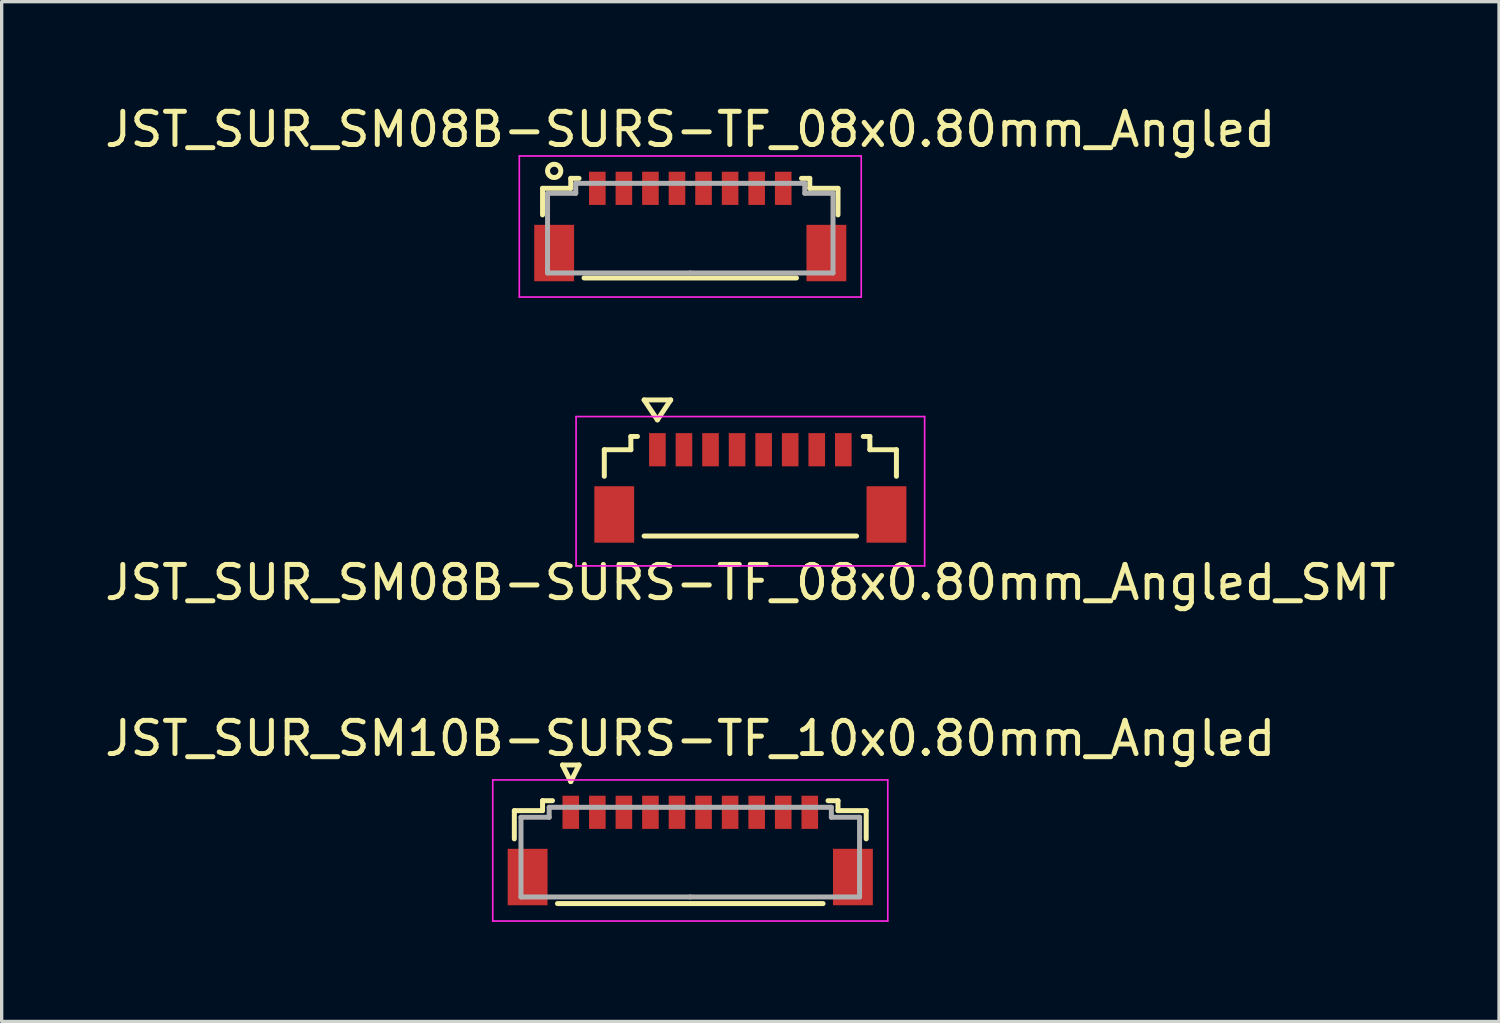
<source format=kicad_pcb>
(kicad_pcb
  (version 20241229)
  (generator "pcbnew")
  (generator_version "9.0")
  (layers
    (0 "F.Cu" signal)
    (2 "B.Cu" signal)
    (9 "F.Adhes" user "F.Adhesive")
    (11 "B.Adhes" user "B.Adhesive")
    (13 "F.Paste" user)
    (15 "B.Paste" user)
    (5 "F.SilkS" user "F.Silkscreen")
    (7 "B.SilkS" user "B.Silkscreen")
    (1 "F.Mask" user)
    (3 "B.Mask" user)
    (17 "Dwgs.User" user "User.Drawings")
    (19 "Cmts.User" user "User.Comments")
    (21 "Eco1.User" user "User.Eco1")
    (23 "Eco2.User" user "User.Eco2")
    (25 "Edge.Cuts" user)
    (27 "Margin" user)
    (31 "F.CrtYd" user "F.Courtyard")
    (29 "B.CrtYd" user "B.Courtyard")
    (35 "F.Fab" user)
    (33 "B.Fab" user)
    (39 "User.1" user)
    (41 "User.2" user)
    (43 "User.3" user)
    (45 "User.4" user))
  (footprint "JST_SUR_SM08B-SURS-TF_08x0.80mm_Angled"
    (layer "F.Cu")
    (at 17.744 3.598)
    (property "Reference" "JST_SUR_SM08B-SURS-TF_08x0.80mm_Angled" (at 0 -2.75 0) (layer "F.SilkS") (effects (font (size 1 1) (thickness 0.15))))
    (attr smd)
    (fp_line (start -4.45 -0.975) (end -4.45 -0.175) (stroke (width 0.15) (type solid)) (layer "F.SilkS"))
    (fp_line (start -3.6 -1.275) (end -3.6 -0.975) (stroke (width 0.15) (type solid)) (layer "F.SilkS"))
    (fp_line (start -3.6 -0.975) (end -4.45 -0.975) (stroke (width 0.15) (type solid)) (layer "F.SilkS"))
    (fp_line (start -3.35 -1.275) (end -3.6 -1.275) (stroke (width 0.15) (type solid)) (layer "F.SilkS"))
    (fp_line (start -3.2 1.725) (end 3.2 1.725) (stroke (width 0.15) (type solid)) (layer "F.SilkS"))
    (fp_line (start 3.35 -1.275) (end 3.6 -1.275) (stroke (width 0.15) (type solid)) (layer "F.SilkS"))
    (fp_line (start 3.6 -1.275) (end 3.6 -0.975) (stroke (width 0.15) (type solid)) (layer "F.SilkS"))
    (fp_line (start 3.6 -0.975) (end 4.45 -0.975) (stroke (width 0.15) (type solid)) (layer "F.SilkS"))
    (fp_line (start 4.45 -0.975) (end 4.45 -0.175) (stroke (width 0.15) (type solid)) (layer "F.SilkS"))
    (fp_circle (center -4.1 -1.5) (end -3.9 -1.5) (stroke (width 0.15) (type solid)) (fill no) (layer "F.SilkS"))
    (fp_line (start -5.15 -1.95) (end 5.15 -1.95) (stroke (width 0.05) (type solid)) (layer "F.CrtYd"))
    (fp_line (start -5.15 2.3) (end -5.15 -1.95) (stroke (width 0.05) (type solid)) (layer "F.CrtYd"))
    (fp_line (start 5.15 -1.95) (end 5.15 2.3) (stroke (width 0.05) (type solid)) (layer "F.CrtYd"))
    (fp_line (start 5.15 2.3) (end -5.15 2.3) (stroke (width 0.05) (type solid)) (layer "F.CrtYd"))
    (fp_line (start -4.3 -0.825) (end -4.3 1.575) (stroke (width 0.15) (type solid)) (layer "F.Fab"))
    (fp_line (start -4.3 1.575) (end 0 1.575) (stroke (width 0.15) (type solid)) (layer "F.Fab"))
    (fp_line (start -3.45 -1.125) (end -3.45 -0.825) (stroke (width 0.15) (type solid)) (layer "F.Fab"))
    (fp_line (start -3.45 -0.825) (end -4.3 -0.825) (stroke (width 0.15) (type solid)) (layer "F.Fab"))
    (fp_line (start 0 -1.125) (end -3.45 -1.125) (stroke (width 0.15) (type solid)) (layer "F.Fab"))
    (fp_line (start 0 -1.125) (end 3.45 -1.125) (stroke (width 0.15) (type solid)) (layer "F.Fab"))
    (fp_line (start 3.45 -1.125) (end 3.45 -0.825) (stroke (width 0.15) (type solid)) (layer "F.Fab"))
    (fp_line (start 3.45 -0.825) (end 4.3 -0.825) (stroke (width 0.15) (type solid)) (layer "F.Fab"))
    (fp_line (start 4.3 -0.825) (end 4.3 1.575) (stroke (width 0.15) (type solid)) (layer "F.Fab"))
    (fp_line (start 4.3 1.575) (end 0 1.575) (stroke (width 0.15) (type solid)) (layer "F.Fab"))
    (pad "" smd rect (at -4.1 0.975) (size 1.2 1.7) (layers "F.Cu" "F.Mask" "F.Paste"))
    (pad "" smd rect (at 4.1 0.975) (size 1.2 1.7) (layers "F.Cu" "F.Mask" "F.Paste"))
    (pad "1" smd rect (at -2.8 -0.975) (size 0.5 1) (layers "F.Cu" "F.Mask" "F.Paste"))
    (pad "2" smd rect (at -2 -0.975) (size 0.5 1) (layers "F.Cu" "F.Mask" "F.Paste"))
    (pad "3" smd rect (at -1.2 -0.975) (size 0.5 1) (layers "F.Cu" "F.Mask" "F.Paste"))
    (pad "4" smd rect (at -0.4 -0.975) (size 0.5 1) (layers "F.Cu" "F.Mask" "F.Paste"))
    (pad "5" smd rect (at 0.4 -0.975) (size 0.5 1) (layers "F.Cu" "F.Mask" "F.Paste"))
    (pad "6" smd rect (at 1.2 -0.975) (size 0.5 1) (layers "F.Cu" "F.Mask" "F.Paste"))
    (pad "7" smd rect (at 2 -0.975) (size 0.5 1) (layers "F.Cu" "F.Mask" "F.Paste"))
    (pad "8" smd rect (at 2.8 -0.975) (size 0.5 1) (layers "F.Cu" "F.Mask" "F.Paste")))
  (footprint "JST_SUR_SM08B-SURS-TF_08x0.80mm_Angled_SMT"
    (layer "F.Cu")
    (at 19.554 10.498)
    (property "Reference" "JST_SUR_SM08B-SURS-TF_08x0.80mm_Angled_SMT" (at 0 4 0) (layer "F.SilkS") (effects (font (size 1 1) (thickness 0.15))))
    (attr smd)
    (fp_line (start -4.4 0) (end -3.6 0) (stroke (width 0.15) (type solid)) (layer "F.SilkS"))
    (fp_line (start -4.4 0.8) (end -4.4 0) (stroke (width 0.15) (type solid)) (layer "F.SilkS"))
    (fp_line (start -3.6 0) (end -3.6 -0.4) (stroke (width 0.15) (type solid)) (layer "F.SilkS"))
    (fp_line (start -3.4 -0.4) (end -3.6 -0.4) (stroke (width 0.15) (type solid)) (layer "F.SilkS"))
    (fp_line (start -3.2 -1.5) (end -2.8 -0.9) (stroke (width 0.15) (type solid)) (layer "F.SilkS"))
    (fp_line (start -3.2 2.6) (end 3.2 2.6) (stroke (width 0.15) (type solid)) (layer "F.SilkS"))
    (fp_line (start -2.8 -0.9) (end -2.4 -1.5) (stroke (width 0.15) (type solid)) (layer "F.SilkS"))
    (fp_line (start -2.4 -1.5) (end -3.2 -1.5) (stroke (width 0.15) (type solid)) (layer "F.SilkS"))
    (fp_line (start 3.6 -0.4) (end 3.4 -0.4) (stroke (width 0.15) (type solid)) (layer "F.SilkS"))
    (fp_line (start 3.6 -0.4) (end 3.6 0) (stroke (width 0.15) (type solid)) (layer "F.SilkS"))
    (fp_line (start 3.6 0) (end 4.4 0) (stroke (width 0.15) (type solid)) (layer "F.SilkS"))
    (fp_line (start 4.4 0) (end 4.4 0.8) (stroke (width 0.15) (type solid)) (layer "F.SilkS"))
    (fp_line (start -5.25 -1) (end -5.25 3.5) (stroke (width 0.05) (type solid)) (layer "F.CrtYd"))
    (fp_line (start -5.25 3.5) (end 5.25 3.5) (stroke (width 0.05) (type solid)) (layer "F.CrtYd"))
    (fp_line (start 5.25 -1) (end -5.25 -1) (stroke (width 0.05) (type solid)) (layer "F.CrtYd"))
    (fp_line (start 5.25 3.5) (end 5.25 -1) (stroke (width 0.05) (type solid)) (layer "F.CrtYd"))
    (pad "" smd rect (at -4.1 1.95) (size 1.2 1.7) (layers "F.Cu" "F.Mask" "F.Paste"))
    (pad "" smd rect (at 4.1 1.95) (size 1.2 1.7) (layers "F.Cu" "F.Mask" "F.Paste"))
    (pad "1" smd rect (at -2.8 0) (size 0.5 1) (layers "F.Cu" "F.Mask" "F.Paste"))
    (pad "2" smd rect (at -2 0) (size 0.5 1) (layers "F.Cu" "F.Mask" "F.Paste"))
    (pad "3" smd rect (at -1.2 0) (size 0.5 1) (layers "F.Cu" "F.Mask" "F.Paste"))
    (pad "4" smd rect (at -0.4 0) (size 0.5 1) (layers "F.Cu" "F.Mask" "F.Paste"))
    (pad "5" smd rect (at 0.4 0) (size 0.5 1) (layers "F.Cu" "F.Mask" "F.Paste"))
    (pad "6" smd rect (at 1.2 0) (size 0.5 1) (layers "F.Cu" "F.Mask" "F.Paste"))
    (pad "7" smd rect (at 2 0) (size 0.5 1) (layers "F.Cu" "F.Mask" "F.Paste"))
    (pad "8" smd rect (at 2.8 0) (size 0.5 1) (layers "F.Cu" "F.Mask" "F.Paste")))
  (footprint "JST_SUR_SM10B-SURS-TF_10x0.80mm_Angled"
    (layer "F.Cu")
    (at 17.744 22.395)
    (property "Reference" "JST_SUR_SM10B-SURS-TF_10x0.80mm_Angled" (at 0 -3.2 0) (layer "F.SilkS") (effects (font (size 1 1) (thickness 0.15))))
    (attr smd)
    (fp_line (start -5.3 -1.025) (end -5.3 -0.175) (stroke (width 0.15) (type solid)) (layer "F.SilkS"))
    (fp_line (start -4.45 -1.325) (end -4.45 -1.025) (stroke (width 0.15) (type solid)) (layer "F.SilkS"))
    (fp_line (start -4.45 -1.025) (end -5.3 -1.025) (stroke (width 0.15) (type solid)) (layer "F.SilkS"))
    (fp_line (start -4.15 -1.325) (end -4.45 -1.325) (stroke (width 0.15) (type solid)) (layer "F.SilkS"))
    (fp_line (start -4 1.775) (end 4 1.775) (stroke (width 0.15) (type solid)) (layer "F.SilkS"))
    (fp_line (start -3.85 -2.4) (end -3.35 -2.4) (stroke (width 0.15) (type solid)) (layer "F.SilkS"))
    (fp_line (start -3.6 -1.9) (end -3.85 -2.4) (stroke (width 0.15) (type solid)) (layer "F.SilkS"))
    (fp_line (start -3.35 -2.4) (end -3.6 -1.9) (stroke (width 0.15) (type solid)) (layer "F.SilkS"))
    (fp_line (start 4.15 -1.325) (end 4.45 -1.325) (stroke (width 0.15) (type solid)) (layer "F.SilkS"))
    (fp_line (start 4.45 -1.325) (end 4.45 -1.025) (stroke (width 0.15) (type solid)) (layer "F.SilkS"))
    (fp_line (start 4.45 -1.025) (end 5.3 -1.025) (stroke (width 0.15) (type solid)) (layer "F.SilkS"))
    (fp_line (start 5.3 -1.025) (end 5.3 -0.175) (stroke (width 0.15) (type solid)) (layer "F.SilkS"))
    (fp_line (start -5.95 -1.95) (end 5.95 -1.95) (stroke (width 0.05) (type solid)) (layer "F.CrtYd"))
    (fp_line (start -5.95 2.3) (end -5.95 -1.95) (stroke (width 0.05) (type solid)) (layer "F.CrtYd"))
    (fp_line (start 5.95 -1.95) (end 5.95 2.3) (stroke (width 0.05) (type solid)) (layer "F.CrtYd"))
    (fp_line (start 5.95 2.3) (end -5.95 2.3) (stroke (width 0.05) (type solid)) (layer "F.CrtYd"))
    (fp_line (start -5.1 -0.825) (end -5.1 1.575) (stroke (width 0.15) (type solid)) (layer "F.Fab"))
    (fp_line (start -5.1 1.575) (end 0 1.575) (stroke (width 0.15) (type solid)) (layer "F.Fab"))
    (fp_line (start -4.25 -1.125) (end -4.25 -0.825) (stroke (width 0.15) (type solid)) (layer "F.Fab"))
    (fp_line (start -4.25 -0.825) (end -5.1 -0.825) (stroke (width 0.15) (type solid)) (layer "F.Fab"))
    (fp_line (start 0 -1.125) (end -4.25 -1.125) (stroke (width 0.15) (type solid)) (layer "F.Fab"))
    (fp_line (start 0 -1.125) (end 4.25 -1.125) (stroke (width 0.15) (type solid)) (layer "F.Fab"))
    (fp_line (start 4.25 -1.125) (end 4.25 -0.825) (stroke (width 0.15) (type solid)) (layer "F.Fab"))
    (fp_line (start 4.25 -0.825) (end 5.1 -0.825) (stroke (width 0.15) (type solid)) (layer "F.Fab"))
    (fp_line (start 5.1 -0.825) (end 5.1 1.575) (stroke (width 0.15) (type solid)) (layer "F.Fab"))
    (fp_line (start 5.1 1.575) (end 0 1.575) (stroke (width 0.15) (type solid)) (layer "F.Fab"))
    (pad "" smd rect (at -4.9 0.975) (size 1.2 1.7) (layers "F.Cu" "F.Mask" "F.Paste"))
    (pad "" smd rect (at 4.9 0.975) (size 1.2 1.7) (layers "F.Cu" "F.Mask" "F.Paste"))
    (pad "1" smd rect (at -3.6 -0.975) (size 0.5 1) (layers "F.Cu" "F.Mask" "F.Paste"))
    (pad "2" smd rect (at -2.8 -0.975) (size 0.5 1) (layers "F.Cu" "F.Mask" "F.Paste"))
    (pad "3" smd rect (at -2 -0.975) (size 0.5 1) (layers "F.Cu" "F.Mask" "F.Paste"))
    (pad "4" smd rect (at -1.2 -0.975) (size 0.5 1) (layers "F.Cu" "F.Mask" "F.Paste"))
    (pad "5" smd rect (at -0.4 -0.975) (size 0.5 1) (layers "F.Cu" "F.Mask" "F.Paste"))
    (pad "6" smd rect (at 0.4 -0.975) (size 0.5 1) (layers "F.Cu" "F.Mask" "F.Paste"))
    (pad "7" smd rect (at 1.2 -0.975) (size 0.5 1) (layers "F.Cu" "F.Mask" "F.Paste"))
    (pad "8" smd rect (at 2 -0.975) (size 0.5 1) (layers "F.Cu" "F.Mask" "F.Paste"))
    (pad "9" smd rect (at 2.8 -0.975) (size 0.5 1) (layers "F.Cu" "F.Mask" "F.Paste"))
    (pad "10" smd rect (at 3.6 -0.975) (size 0.5 1) (layers "F.Cu" "F.Mask" "F.Paste")))
  (gr_rect
    (start -3 -3)
    (end 42.107 27.72)
    (stroke (width 0.1) (type default))
    (fill no)
    (layer "Edge.Cuts")))
</source>
